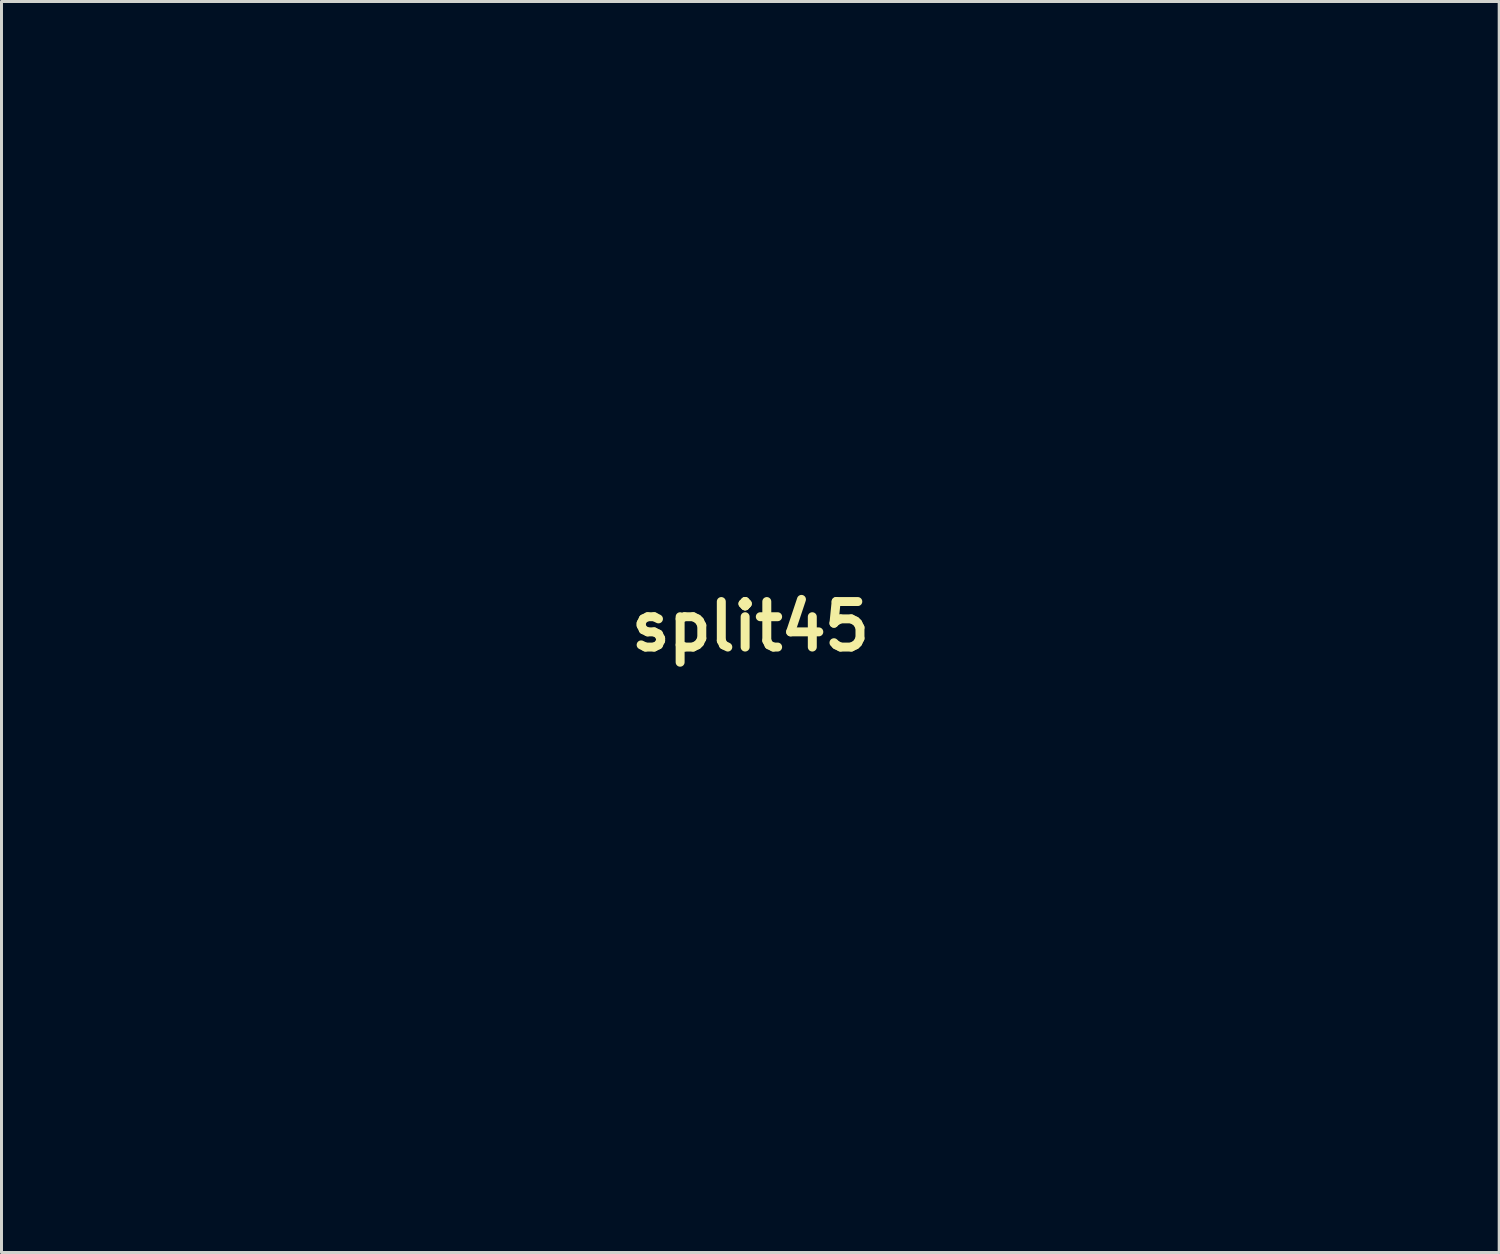
<source format=kicad_pcb>
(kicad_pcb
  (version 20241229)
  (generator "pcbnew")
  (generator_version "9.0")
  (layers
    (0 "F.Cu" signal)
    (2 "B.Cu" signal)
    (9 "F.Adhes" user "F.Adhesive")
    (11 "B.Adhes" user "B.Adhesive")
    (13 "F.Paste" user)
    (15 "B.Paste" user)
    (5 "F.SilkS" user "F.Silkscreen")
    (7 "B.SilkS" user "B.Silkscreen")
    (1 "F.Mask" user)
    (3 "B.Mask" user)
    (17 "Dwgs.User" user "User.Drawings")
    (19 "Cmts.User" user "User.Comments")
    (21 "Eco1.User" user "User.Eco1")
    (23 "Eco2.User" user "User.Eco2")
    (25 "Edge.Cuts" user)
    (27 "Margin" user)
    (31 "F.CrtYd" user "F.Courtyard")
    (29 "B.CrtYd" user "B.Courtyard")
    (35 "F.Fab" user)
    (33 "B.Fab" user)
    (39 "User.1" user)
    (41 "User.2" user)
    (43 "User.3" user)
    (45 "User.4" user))
  (footprint "split45"
    (layer "F.Cu")
    (at 22.089 17.933)
    (property "Reference" "split45" (at 0 0 0) (layer "F.SilkS") (effects (font (size 1.524 1.524) (thickness 0.3))))
    (attr through_hole)
    (fp_poly (pts (xy 3.45 -11.215) (xy 3.458 -11.213) (xy 3.449 -11.162) (xy 3.412 -11.028) (xy 3.352 -10.824) (xy 3.272 -10.562) (xy 3.176 -10.256) (xy 3.09 -9.989) (xy 2.69 -8.702) (xy 2.34 -7.477) (xy 2.031 -6.289) (xy 1.759 -5.116) (xy 1.651 -4.609) (xy 1.59 -4.325) (xy 1.532 -4.076) (xy 1.482 -3.881) (xy 1.443 -3.754) (xy 1.423 -3.714) (xy 1.357 -3.7) (xy 1.209 -3.681) (xy 0.994 -3.659) (xy 0.731 -3.636) (xy 0.521 -3.619) (xy 0.231 -3.596) (xy -0.027 -3.574) (xy -0.235 -3.554) (xy -0.374 -3.538) (xy -0.42 -3.53) (xy -0.494 -3.521) (xy -0.509 -3.53) (xy -0.498 -3.603) (xy -0.469 -3.761) (xy -0.424 -3.986) (xy -0.366 -4.265) (xy -0.299 -4.582) (xy -0.227 -4.921) (xy -0.152 -5.266) (xy -0.077 -5.604) (xy -0.007 -5.917) (xy 0.056 -6.191) (xy 0.108 -6.41) (xy 0.108 -6.414) (xy 0.194 -6.752) (xy 0.297 -7.136) (xy 0.412 -7.553) (xy 0.537 -7.993) (xy 0.669 -8.444) (xy 0.803 -8.895) (xy 0.937 -9.335) (xy 1.066 -9.752) (xy 1.188 -10.135) (xy 1.299 -10.473) (xy 1.395 -10.754) (xy 1.473 -10.967) (xy 1.53 -11.101) (xy 1.554 -11.141) (xy 1.611 -11.151) (xy 1.75 -11.163) (xy 1.951 -11.175) (xy 2.195 -11.187) (xy 2.462 -11.198) (xy 2.732 -11.208) (xy 2.985 -11.215) (xy 3.203 -11.219) (xy 3.364 -11.219) (xy 3.45 -11.215)) (stroke (width 0.01) (type solid)) (fill yes) (layer "F.Mask"))
    (fp_poly (pts (xy -16.666 -17.803) (xy -16.675 -17.752) (xy -16.712 -17.623) (xy -16.769 -17.435) (xy -16.842 -17.207) (xy -16.853 -17.172) (xy -17.053 -16.556) (xy -17.447 -16.525) (xy -17.633 -16.513) (xy -17.894 -16.498) (xy -18.203 -16.483) (xy -18.531 -16.469) (xy -18.743 -16.46) (xy -19.032 -16.448) (xy -19.279 -16.434) (xy -19.471 -16.419) (xy -19.591 -16.404) (xy -19.624 -16.393) (xy -19.569 -16.363) (xy -19.441 -16.313) (xy -19.266 -16.254) (xy -19.219 -16.239) (xy -19.039 -16.178) (xy -18.904 -16.125) (xy -18.837 -16.089) (xy -18.834 -16.084) (xy -18.849 -16.021) (xy -18.889 -15.893) (xy -18.937 -15.749) (xy -19.094 -15.274) (xy -19.264 -14.719) (xy -19.441 -14.103) (xy -19.62 -13.447) (xy -19.796 -12.771) (xy -19.826 -12.649) (xy -20.144 -11.377) (xy -20.942 -11.363) (xy -21.74 -11.348) (xy -21.707 -11.541) (xy -21.626 -11.964) (xy -21.517 -12.461) (xy -21.385 -13.01) (xy -21.237 -13.589) (xy -21.077 -14.177) (xy -20.913 -14.751) (xy -20.75 -15.29) (xy -20.593 -15.772) (xy -20.55 -15.894) (xy -20.377 -16.391) (xy -21.23 -16.357) (xy -22.084 -16.324) (xy -21.883 -16.952) (xy -21.807 -17.187) (xy -21.743 -17.384) (xy -21.695 -17.523) (xy -21.672 -17.587) (xy -21.67 -17.589) (xy -21.618 -17.594) (xy -21.476 -17.602) (xy -21.256 -17.613) (xy -20.97 -17.627) (xy -20.63 -17.643) (xy -20.248 -17.66) (xy -19.836 -17.678) (xy -19.406 -17.697) (xy -18.969 -17.715) (xy -18.537 -17.734) (xy -18.123 -17.751) (xy -17.738 -17.766) (xy -17.394 -17.78) (xy -17.103 -17.791) (xy -16.877 -17.798) (xy -16.727 -17.803) (xy -16.667 -17.803) (xy -16.666 -17.803)) (stroke (width 0.01) (type solid)) (fill yes) (layer "F.Mask"))
    (fp_poly (pts (xy -0.904 8.449) (xy -0.798 8.456) (xy -0.742 8.47) (xy -0.723 8.492) (xy -0.728 8.519) (xy -0.771 8.641) (xy -0.839 8.844) (xy -0.925 9.111) (xy -1.026 9.426) (xy -1.136 9.773) (xy -1.249 10.135) (xy -1.36 10.496) (xy -1.465 10.838) (xy -1.559 11.146) (xy -1.635 11.404) (xy -1.657 11.478) (xy -1.788 11.948) (xy -1.928 12.478) (xy -2.072 13.041) (xy -2.213 13.613) (xy -2.346 14.168) (xy -2.462 14.681) (xy -2.557 15.126) (xy -2.571 15.194) (xy -2.624 15.452) (xy -2.673 15.672) (xy -2.712 15.838) (xy -2.739 15.929) (xy -2.744 15.94) (xy -2.803 15.956) (xy -2.944 15.976) (xy -3.149 15.999) (xy -3.398 16.022) (xy -3.487 16.03) (xy -3.77 16.053) (xy -4.038 16.076) (xy -4.264 16.098) (xy -4.422 16.114) (xy -4.441 16.116) (xy -4.608 16.125) (xy -4.68 16.1) (xy -4.683 16.089) (xy -4.671 15.967) (xy -4.636 15.76) (xy -4.582 15.48) (xy -4.511 15.14) (xy -4.427 14.753) (xy -4.332 14.331) (xy -4.229 13.888) (xy -4.122 13.437) (xy -4.012 12.99) (xy -3.904 12.56) (xy -3.799 12.161) (xy -3.724 11.883) (xy -3.647 11.615) (xy -3.553 11.298) (xy -3.447 10.948) (xy -3.332 10.579) (xy -3.213 10.202) (xy -3.095 9.834) (xy -2.982 9.487) (xy -2.878 9.175) (xy -2.789 8.913) (xy -2.717 8.713) (xy -2.669 8.59) (xy -2.655 8.561) (xy -2.608 8.535) (xy -2.501 8.513) (xy -2.322 8.495) (xy -2.063 8.479) (xy -1.713 8.466) (xy -1.653 8.464) (xy -1.319 8.454) (xy -1.073 8.449) (xy -0.904 8.449)) (stroke (width 0.01) (type solid)) (fill yes) (layer "F.Mask"))
    (fp_poly (pts (xy 6.319 8.994) (xy 5.959 9.55) (xy 5.566 10.181) (xy 5.151 10.868) (xy 4.725 11.595) (xy 4.297 12.343) (xy 3.877 13.095) (xy 3.476 13.832) (xy 3.104 14.538) (xy 2.989 14.762) (xy 2.482 15.754) (xy 1.61 15.784) (xy 1.29 15.797) (xy 0.974 15.813) (xy 0.691 15.829) (xy 0.467 15.845) (xy 0.375 15.854) (xy 0.012 15.893) (xy -0.025 15.475) (xy -0.037 15.247) (xy -0.042 14.93) (xy -0.04 14.536) (xy -0.031 14.078) (xy -0.017 13.568) (xy 0.003 13.018) (xy 0.028 12.441) (xy 0.057 11.85) (xy 0.091 11.257) (xy 0.128 10.674) (xy 0.167 10.113) (xy 0.202 9.682) (xy 0.23 9.36) (xy 0.258 9.074) (xy 0.283 8.837) (xy 0.305 8.666) (xy 0.32 8.576) (xy 0.324 8.566) (xy 0.381 8.555) (xy 0.52 8.54) (xy 0.719 8.524) (xy 0.96 8.506) (xy 1.222 8.49) (xy 1.486 8.475) (xy 1.732 8.463) (xy 1.939 8.455) (xy 2.088 8.453) (xy 2.158 8.457) (xy 2.161 8.458) (xy 2.161 8.512) (xy 2.151 8.65) (xy 2.134 8.857) (xy 2.109 9.117) (xy 2.081 9.391) (xy 2.042 9.821) (xy 2.006 10.306) (xy 1.975 10.823) (xy 1.95 11.347) (xy 1.932 11.856) (xy 1.922 12.325) (xy 1.921 12.732) (xy 1.925 12.943) (xy 1.941 13.441) (xy 2.47 12.383) (xy 3.01 11.339) (xy 3.569 10.331) (xy 4.132 9.387) (xy 4.352 9.037) (xy 4.493 8.814) (xy 4.605 8.642) (xy 4.704 8.515) (xy 4.805 8.425) (xy 4.924 8.366) (xy 5.078 8.329) (xy 5.282 8.307) (xy 5.552 8.293) (xy 5.905 8.279) (xy 5.993 8.275) (xy 6.819 8.241) (xy 6.319 8.994)) (stroke (width 0.01) (type solid)) (fill yes) (layer "F.Mask"))
    (fp_poly (pts (xy 10.519 -11.386) (xy 10.509 -11.334) (xy 10.472 -11.204) (xy 10.412 -11.011) (xy 10.336 -10.773) (xy 10.29 -10.635) (xy 10.045 -9.9) (xy 9.693 -9.869) (xy 9.486 -9.854) (xy 9.22 -9.84) (xy 8.936 -9.829) (xy 8.781 -9.825) (xy 8.566 -9.824) (xy 8.395 -9.822) (xy 8.258 -9.81) (xy 8.149 -9.78) (xy 8.059 -9.72) (xy 7.983 -9.622) (xy 7.912 -9.476) (xy 7.839 -9.272) (xy 7.757 -9) (xy 7.657 -8.652) (xy 7.534 -8.217) (xy 7.527 -8.194) (xy 7.394 -7.72) (xy 7.249 -7.194) (xy 7.101 -6.646) (xy 6.959 -6.107) (xy 6.83 -5.609) (xy 6.737 -5.238) (xy 6.39 -3.834) (xy 5.626 -3.773) (xy 5.337 -3.749) (xy 5.066 -3.725) (xy 4.837 -3.703) (xy 4.676 -3.686) (xy 4.639 -3.682) (xy 4.417 -3.652) (xy 4.453 -3.824) (xy 4.638 -4.662) (xy 4.851 -5.564) (xy 5.087 -6.497) (xy 5.335 -7.431) (xy 5.589 -8.334) (xy 5.84 -9.174) (xy 5.872 -9.278) (xy 5.996 -9.673) (xy 5 -9.638) (xy 4.654 -9.627) (xy 4.398 -9.622) (xy 4.219 -9.622) (xy 4.106 -9.629) (xy 4.046 -9.643) (xy 4.028 -9.664) (xy 4.031 -9.676) (xy 4.056 -9.749) (xy 4.106 -9.898) (xy 4.174 -10.104) (xy 4.254 -10.347) (xy 4.275 -10.409) (xy 4.356 -10.654) (xy 4.429 -10.863) (xy 4.485 -11.017) (xy 4.519 -11.099) (xy 4.524 -11.106) (xy 4.578 -11.113) (xy 4.723 -11.124) (xy 4.947 -11.139) (xy 5.241 -11.156) (xy 5.593 -11.175) (xy 5.992 -11.195) (xy 6.427 -11.217) (xy 6.888 -11.24) (xy 7.363 -11.263) (xy 7.842 -11.285) (xy 8.313 -11.306) (xy 8.766 -11.326) (xy 9.191 -11.344) (xy 9.575 -11.36) (xy 9.908 -11.372) (xy 10.18 -11.382) (xy 10.379 -11.387) (xy 10.494 -11.388) (xy 10.519 -11.386)) (stroke (width 0.01) (type solid)) (fill yes) (layer "F.Mask"))
    (fp_poly (pts (xy -11.679 -17.906) (xy -11.678 -17.905) (xy -11.686 -17.852) (xy -11.721 -17.721) (xy -11.778 -17.533) (xy -11.853 -17.305) (xy -11.862 -17.277) (xy -12.092 -16.559) (xy -12.318 -15.788) (xy -12.531 -14.998) (xy -12.722 -14.225) (xy -12.88 -13.502) (xy -12.907 -13.37) (xy -12.952 -13.168) (xy -12.999 -13.008) (xy -13.04 -12.912) (xy -13.054 -12.897) (xy -13.126 -12.89) (xy -13.277 -12.886) (xy -13.484 -12.885) (xy -13.7 -12.889) (xy -14.287 -12.904) (xy -14.119 -13.667) (xy -14.061 -13.936) (xy -14.011 -14.173) (xy -13.973 -14.357) (xy -13.952 -14.471) (xy -13.949 -14.496) (xy -13.971 -14.521) (xy -14.045 -14.538) (xy -14.185 -14.548) (xy -14.402 -14.55) (xy -14.708 -14.547) (xy -14.722 -14.547) (xy -15.496 -14.532) (xy -15.637 -14.076) (xy -15.716 -13.806) (xy -15.8 -13.493) (xy -15.875 -13.194) (xy -15.891 -13.122) (xy -16.004 -12.624) (xy -16.471 -12.624) (xy -16.699 -12.62) (xy -16.907 -12.611) (xy -17.06 -12.598) (xy -17.097 -12.592) (xy -17.207 -12.579) (xy -17.25 -12.611) (xy -17.256 -12.671) (xy -17.241 -12.804) (xy -17.198 -13.023) (xy -17.13 -13.316) (xy -17.04 -13.673) (xy -16.932 -14.081) (xy -16.808 -14.53) (xy -16.672 -15.008) (xy -16.526 -15.505) (xy -16.373 -16.008) (xy -16.218 -16.506) (xy -16.18 -16.625) (xy -15.868 -17.598) (xy -15.233 -17.633) (xy -14.99 -17.645) (xy -14.787 -17.652) (xy -14.643 -17.654) (xy -14.579 -17.65) (xy -14.578 -17.649) (xy -14.587 -17.597) (xy -14.622 -17.463) (xy -14.68 -17.261) (xy -14.756 -17.008) (xy -14.847 -16.718) (xy -14.863 -16.666) (xy -14.956 -16.37) (xy -15.038 -16.106) (xy -15.103 -15.891) (xy -15.148 -15.74) (xy -15.168 -15.668) (xy -15.168 -15.665) (xy -15.12 -15.652) (xy -14.989 -15.64) (xy -14.79 -15.632) (xy -14.544 -15.628) (xy -14.418 -15.627) (xy -13.667 -15.627) (xy -13.314 -16.741) (xy -12.961 -17.854) (xy -12.33 -17.89) (xy -12.088 -17.902) (xy -11.885 -17.909) (xy -11.742 -17.91) (xy -11.679 -17.906)) (stroke (width 0.01) (type solid)) (fill yes) (layer "F.Mask"))
    (fp_poly (pts (xy 14.984 -1.667) (xy 14.996 -1.665) (xy 14.992 -1.609) (xy 14.958 -1.474) (xy 14.901 -1.277) (xy 14.824 -1.037) (xy 14.78 -0.906) (xy 14.532 -0.178) (xy 13.54 -0.137) (xy 13.232 -0.122) (xy 12.959 -0.106) (xy 12.737 -0.089) (xy 12.583 -0.074) (xy 12.512 -0.06) (xy 12.51 -0.059) (xy 12.484 0.002) (xy 12.434 0.15) (xy 12.365 0.374) (xy 12.28 0.661) (xy 12.181 1.002) (xy 12.072 1.383) (xy 11.957 1.795) (xy 11.838 2.224) (xy 11.718 2.661) (xy 11.601 3.093) (xy 11.49 3.508) (xy 11.388 3.897) (xy 11.298 4.246) (xy 11.224 4.545) (xy 11.222 4.556) (xy 11.139 4.895) (xy 11.062 5.201) (xy 10.996 5.46) (xy 10.942 5.659) (xy 10.905 5.783) (xy 10.891 5.819) (xy 10.833 5.836) (xy 10.692 5.859) (xy 10.491 5.885) (xy 10.248 5.914) (xy 9.983 5.941) (xy 9.718 5.967) (xy 9.471 5.987) (xy 9.264 6.001) (xy 9.124 6.006) (xy 8.997 5.986) (xy 8.959 5.935) (xy 8.972 5.814) (xy 9.01 5.606) (xy 9.07 5.324) (xy 9.149 4.979) (xy 9.244 4.582) (xy 9.352 4.145) (xy 9.469 3.68) (xy 9.594 3.199) (xy 9.723 2.712) (xy 9.853 2.233) (xy 9.98 1.771) (xy 10.103 1.339) (xy 10.218 0.949) (xy 10.304 0.67) (xy 10.375 0.443) (xy 10.433 0.253) (xy 10.472 0.12) (xy 10.486 0.064) (xy 10.437 0.057) (xy 10.303 0.053) (xy 10.098 0.054) (xy 9.837 0.058) (xy 9.536 0.067) (xy 9.497 0.068) (xy 8.509 0.101) (xy 8.762 -0.659) (xy 9.016 -1.419) (xy 9.28 -1.446) (xy 9.41 -1.457) (xy 9.621 -1.469) (xy 9.903 -1.484) (xy 10.243 -1.501) (xy 10.632 -1.518) (xy 11.057 -1.537) (xy 11.508 -1.555) (xy 11.974 -1.574) (xy 12.443 -1.592) (xy 12.905 -1.609) (xy 13.347 -1.625) (xy 13.76 -1.639) (xy 14.132 -1.651) (xy 14.451 -1.66) (xy 14.707 -1.666) (xy 14.888 -1.669) (xy 14.984 -1.667)) (stroke (width 0.01) (type solid)) (fill yes) (layer "F.Mask"))
    (fp_poly (pts (xy -2.115 -11.212) (xy -1.962 -11.2) (xy -1.902 -11.181) (xy -1.901 -11.174) (xy -1.948 -11.044) (xy -2.018 -10.834) (xy -2.107 -10.56) (xy -2.21 -10.24) (xy -2.32 -9.891) (xy -2.434 -9.53) (xy -2.544 -9.173) (xy -2.647 -8.839) (xy -2.736 -8.544) (xy -2.797 -8.336) (xy -2.88 -8.042) (xy -2.972 -7.709) (xy -3.069 -7.351) (xy -3.166 -6.984) (xy -3.26 -6.621) (xy -3.348 -6.276) (xy -3.426 -5.966) (xy -3.489 -5.703) (xy -3.535 -5.502) (xy -3.56 -5.378) (xy -3.563 -5.35) (xy -3.547 -5.321) (xy -3.489 -5.303) (xy -3.373 -5.297) (xy -3.185 -5.302) (xy -2.94 -5.314) (xy -2.614 -5.336) (xy -2.244 -5.367) (xy -1.883 -5.404) (xy -1.688 -5.427) (xy -1.447 -5.455) (xy -1.245 -5.475) (xy -1.102 -5.485) (xy -1.039 -5.484) (xy -1.038 -5.483) (xy -1.048 -5.433) (xy -1.085 -5.306) (xy -1.142 -5.123) (xy -1.213 -4.903) (xy -1.292 -4.666) (xy -1.371 -4.433) (xy -1.444 -4.223) (xy -1.504 -4.055) (xy -1.545 -3.95) (xy -1.558 -3.926) (xy -1.62 -3.906) (xy -1.771 -3.879) (xy -1.997 -3.848) (xy -2.285 -3.814) (xy -2.622 -3.777) (xy -2.996 -3.739) (xy -3.393 -3.701) (xy -3.8 -3.664) (xy -4.204 -3.63) (xy -4.593 -3.598) (xy -4.952 -3.572) (xy -5.27 -3.551) (xy -5.533 -3.538) (xy -5.729 -3.532) (xy -5.843 -3.536) (xy -5.867 -3.542) (xy -5.865 -3.599) (xy -5.844 -3.742) (xy -5.805 -3.957) (xy -5.752 -4.231) (xy -5.688 -4.552) (xy -5.614 -4.904) (xy -5.534 -5.276) (xy -5.451 -5.654) (xy -5.368 -6.024) (xy -5.286 -6.374) (xy -5.25 -6.524) (xy -5.084 -7.187) (xy -4.912 -7.825) (xy -4.725 -8.468) (xy -4.516 -9.144) (xy -4.277 -9.88) (xy -4.241 -9.988) (xy -4.121 -10.356) (xy -4.028 -10.641) (xy -3.948 -10.854) (xy -3.869 -11.005) (xy -3.775 -11.105) (xy -3.656 -11.164) (xy -3.496 -11.194) (xy -3.283 -11.205) (xy -3.003 -11.208) (xy -2.709 -11.211) (xy -2.363 -11.215) (xy -2.115 -11.212)) (stroke (width 0.01) (type solid)) (fill yes) (layer "F.Mask"))
    (fp_poly (pts (xy -2.638 -1.763) (xy -2.11 -1.686) (xy -1.649 -1.532) (xy -1.254 -1.302) (xy -0.926 -0.994) (xy -0.757 -0.766) (xy -0.674 -0.626) (xy -0.621 -0.515) (xy -0.611 -0.475) (xy -0.65 -0.417) (xy -0.754 -0.323) (xy -0.9 -0.215) (xy -0.912 -0.207) (xy -1.213 -0.002) (xy -1.068 0.266) (xy -0.908 0.664) (xy -0.839 1.1) (xy -0.859 1.578) (xy -0.97 2.099) (xy -1.07 2.405) (xy -1.279 2.891) (xy -1.548 3.349) (xy -1.889 3.798) (xy -2.287 4.23) (xy -2.792 4.696) (xy -3.292 5.074) (xy -3.808 5.376) (xy -4.358 5.612) (xy -4.708 5.727) (xy -5.056 5.808) (xy -5.437 5.863) (xy -5.824 5.89) (xy -6.186 5.888) (xy -6.494 5.854) (xy -6.612 5.828) (xy -7.049 5.655) (xy -7.424 5.403) (xy -7.734 5.075) (xy -7.976 4.673) (xy -8.147 4.2) (xy -8.169 4.111) (xy -8.241 3.594) (xy -8.23 3.263) (xy -6.38 3.263) (xy -6.331 3.593) (xy -6.227 3.878) (xy -6.066 4.108) (xy -5.847 4.272) (xy -5.705 4.329) (xy -5.477 4.367) (xy -5.196 4.367) (xy -4.903 4.333) (xy -4.688 4.281) (xy -4.278 4.104) (xy -3.885 3.838) (xy -3.525 3.497) (xy -3.212 3.094) (xy -2.998 2.725) (xy -2.891 2.498) (xy -2.823 2.32) (xy -2.785 2.151) (xy -2.764 1.951) (xy -2.759 1.866) (xy -2.752 1.638) (xy -2.761 1.477) (xy -2.793 1.35) (xy -2.845 1.233) (xy -2.909 1.103) (xy -2.947 1.014) (xy -2.952 0.995) (xy -2.912 0.958) (xy -2.807 0.881) (xy -2.656 0.782) (xy -2.621 0.76) (xy -2.449 0.641) (xy -2.347 0.548) (xy -2.324 0.492) (xy -2.499 0.248) (xy -2.711 0.074) (xy -2.982 -0.043) (xy -3.272 -0.108) (xy -3.724 -0.131) (xy -4.174 -0.056) (xy -4.607 0.11) (xy -5.01 0.363) (xy -5.263 0.586) (xy -5.57 0.934) (xy -5.829 1.311) (xy -6.041 1.706) (xy -6.203 2.11) (xy -6.314 2.511) (xy -6.373 2.899) (xy -6.38 3.263) (xy -8.23 3.263) (xy -8.223 3.052) (xy -8.122 2.494) (xy -7.943 1.93) (xy -7.692 1.372) (xy -7.377 0.829) (xy -7.001 0.312) (xy -6.572 -0.17) (xy -6.095 -0.606) (xy -5.577 -0.987) (xy -5.022 -1.301) (xy -5.014 -1.305) (xy -4.43 -1.543) (xy -3.83 -1.694) (xy -3.232 -1.764) (xy -2.638 -1.763)) (stroke (width 0.01) (type solid)) (fill yes) (layer "F.Mask"))
    (fp_poly (pts (xy 20.632 -1.671) (xy 20.902 -1.661) (xy 21.148 -1.649) (xy 21.438 -1.632) (xy 21.693 -1.613) (xy 21.895 -1.594) (xy 22.026 -1.577) (xy 22.07 -1.566) (xy 22.055 -1.514) (xy 21.986 -1.406) (xy 21.875 -1.264) (xy 21.829 -1.21) (xy 21.578 -0.916) (xy 21.299 -0.576) (xy 20.986 -0.182) (xy 20.632 0.272) (xy 20.231 0.795) (xy 19.855 1.29) (xy 19.482 1.789) (xy 19.168 2.217) (xy 18.91 2.58) (xy 18.703 2.886) (xy 18.542 3.142) (xy 18.422 3.354) (xy 18.338 3.529) (xy 18.327 3.558) (xy 18.272 3.716) (xy 18.201 3.951) (xy 18.118 4.242) (xy 18.031 4.566) (xy 17.945 4.902) (xy 17.865 5.228) (xy 17.797 5.521) (xy 17.79 5.553) (xy 17.707 5.94) (xy 17.138 5.973) (xy 16.854 5.987) (xy 16.559 5.998) (xy 16.295 6.005) (xy 16.174 6.006) (xy 15.973 6.003) (xy 15.854 5.992) (xy 15.796 5.967) (xy 15.78 5.925) (xy 15.78 5.917) (xy 15.792 5.838) (xy 15.826 5.678) (xy 15.879 5.454) (xy 15.944 5.183) (xy 16.018 4.883) (xy 16.097 4.57) (xy 16.177 4.262) (xy 16.252 3.976) (xy 16.319 3.729) (xy 16.373 3.538) (xy 16.41 3.422) (xy 16.457 3.247) (xy 16.45 3.112) (xy 16.436 3.065) (xy 16.375 2.882) (xy 16.302 2.617) (xy 16.221 2.291) (xy 16.135 1.922) (xy 16.051 1.53) (xy 15.971 1.134) (xy 15.935 0.943) (xy 15.882 0.638) (xy 15.828 0.312) (xy 15.777 -0.02) (xy 15.73 -0.341) (xy 15.69 -0.636) (xy 15.659 -0.89) (xy 15.638 -1.086) (xy 15.631 -1.21) (xy 15.635 -1.245) (xy 15.689 -1.259) (xy 15.825 -1.286) (xy 16.022 -1.322) (xy 16.264 -1.366) (xy 16.529 -1.412) (xy 16.8 -1.458) (xy 17.057 -1.501) (xy 17.281 -1.537) (xy 17.453 -1.564) (xy 17.554 -1.577) (xy 17.569 -1.578) (xy 17.605 -1.562) (xy 17.633 -1.505) (xy 17.654 -1.39) (xy 17.671 -1.2) (xy 17.684 -1.005) (xy 17.736 -0.356) (xy 17.807 0.202) (xy 17.898 0.668) (xy 18.009 1.036) (xy 18.026 1.081) (xy 18.046 1.124) (xy 18.071 1.142) (xy 18.107 1.128) (xy 18.162 1.071) (xy 18.245 0.962) (xy 18.362 0.794) (xy 18.522 0.557) (xy 18.681 0.317) (xy 18.91 -0.019) (xy 19.15 -0.358) (xy 19.392 -0.686) (xy 19.623 -0.988) (xy 19.834 -1.251) (xy 20.014 -1.46) (xy 20.151 -1.601) (xy 20.178 -1.625) (xy 20.227 -1.651) (xy 20.309 -1.666) (xy 20.439 -1.673) (xy 20.632 -1.671)) (stroke (width 0.01) (type solid)) (fill yes) (layer "F.Mask"))
    (fp_poly (pts (xy -13.161 -11.522) (xy -12.978 -11.514) (xy -12.871 -11.502) (xy -12.851 -11.494) (xy -12.86 -11.441) (xy -12.895 -11.31) (xy -12.953 -11.118) (xy -13.026 -10.881) (xy -13.109 -10.619) (xy -13.197 -10.347) (xy -13.284 -10.084) (xy -13.365 -9.847) (xy -13.432 -9.653) (xy -13.482 -9.52) (xy -13.508 -9.466) (xy -13.509 -9.466) (xy -13.559 -9.459) (xy -13.694 -9.443) (xy -13.901 -9.419) (xy -14.164 -9.388) (xy -14.467 -9.352) (xy -14.548 -9.342) (xy -14.902 -9.3) (xy -15.169 -9.265) (xy -15.367 -9.234) (xy -15.509 -9.205) (xy -15.61 -9.172) (xy -15.688 -9.135) (xy -15.756 -9.088) (xy -15.758 -9.087) (xy -15.889 -8.98) (xy -15.985 -8.879) (xy -16.044 -8.771) (xy -16.066 -8.641) (xy -16.052 -8.476) (xy -16.001 -8.263) (xy -15.912 -7.988) (xy -15.786 -7.638) (xy -15.724 -7.47) (xy -15.532 -6.939) (xy -15.382 -6.485) (xy -15.271 -6.094) (xy -15.194 -5.752) (xy -15.147 -5.445) (xy -15.136 -5.319) (xy -15.142 -4.8) (xy -15.24 -4.319) (xy -15.431 -3.874) (xy -15.715 -3.465) (xy -16.094 -3.09) (xy -16.569 -2.748) (xy -17.128 -2.442) (xy -17.519 -2.271) (xy -17.976 -2.098) (xy -18.465 -1.934) (xy -18.953 -1.791) (xy -19.088 -1.756) (xy -19.323 -1.701) (xy -19.606 -1.642) (xy -19.912 -1.583) (xy -20.219 -1.528) (xy -20.505 -1.481) (xy -20.747 -1.446) (xy -20.922 -1.428) (xy -20.975 -1.425) (xy -21.105 -1.425) (xy -20.989 -2.405) (xy -20.953 -2.716) (xy -20.922 -2.998) (xy -20.896 -3.233) (xy -20.879 -3.404) (xy -20.872 -3.492) (xy -20.872 -3.494) (xy -20.854 -3.563) (xy -20.786 -3.605) (xy -20.643 -3.634) (xy -20.628 -3.636) (xy -20.101 -3.72) (xy -19.617 -3.819) (xy -19.187 -3.929) (xy -18.823 -4.047) (xy -18.537 -4.17) (xy -18.339 -4.295) (xy -18.321 -4.31) (xy -18.194 -4.442) (xy -18.102 -4.584) (xy -18.047 -4.746) (xy -18.03 -4.936) (xy -18.051 -5.166) (xy -18.113 -5.444) (xy -18.216 -5.781) (xy -18.362 -6.186) (xy -18.551 -6.67) (xy -18.622 -6.847) (xy -18.792 -7.286) (xy -18.914 -7.653) (xy -18.989 -7.964) (xy -19.022 -8.233) (xy -19.014 -8.475) (xy -18.968 -8.707) (xy -18.966 -8.715) (xy -18.822 -9.106) (xy -18.608 -9.477) (xy -18.312 -9.849) (xy -18.233 -9.935) (xy -17.773 -10.371) (xy -17.284 -10.727) (xy -16.755 -11.01) (xy -16.172 -11.226) (xy -15.523 -11.381) (xy -15.041 -11.454) (xy -14.834 -11.475) (xy -14.577 -11.492) (xy -14.286 -11.506) (xy -13.982 -11.516) (xy -13.681 -11.522) (xy -13.401 -11.524) (xy -13.161 -11.522)) (stroke (width 0.01) (type solid)) (fill yes) (layer "F.Mask"))
    (fp_poly (pts (xy -6.942 -17.427) (xy -7.11 -16.925) (xy -7.589 -16.892) (xy -7.845 -16.872) (xy -8.158 -16.846) (xy -8.48 -16.816) (xy -8.688 -16.796) (xy -9.307 -16.733) (xy -9.408 -16.346) (xy -9.476 -16.085) (xy -9.52 -15.908) (xy -9.539 -15.8) (xy -9.532 -15.745) (xy -9.498 -15.729) (xy -9.437 -15.736) (xy -9.375 -15.747) (xy -9.223 -15.767) (xy -9.013 -15.789) (xy -8.768 -15.812) (xy -8.505 -15.833) (xy -8.247 -15.851) (xy -8.013 -15.865) (xy -7.823 -15.873) (xy -7.698 -15.875) (xy -7.658 -15.87) (xy -7.649 -15.831) (xy -7.66 -15.744) (xy -7.694 -15.594) (xy -7.754 -15.369) (xy -7.821 -15.131) (xy -7.897 -14.863) (xy -8.237 -14.862) (xy -8.429 -14.855) (xy -8.665 -14.839) (xy -8.924 -14.815) (xy -9.186 -14.787) (xy -9.428 -14.756) (xy -9.629 -14.725) (xy -9.77 -14.697) (xy -9.826 -14.675) (xy -9.874 -14.589) (xy -9.931 -14.435) (xy -9.989 -14.245) (xy -10.037 -14.05) (xy -10.063 -13.907) (xy -10.094 -13.679) (xy -9.87 -13.71) (xy -9.701 -13.731) (xy -9.457 -13.757) (xy -9.165 -13.785) (xy -8.853 -13.814) (xy -8.547 -13.841) (xy -8.275 -13.862) (xy -8.259 -13.863) (xy -8.063 -13.87) (xy -7.96 -13.853) (xy -7.939 -13.828) (xy -7.951 -13.755) (xy -7.983 -13.609) (xy -8.029 -13.417) (xy -8.052 -13.325) (xy -8.167 -12.881) (xy -8.372 -12.856) (xy -8.509 -12.843) (xy -8.716 -12.827) (xy -8.961 -12.811) (xy -9.137 -12.801) (xy -9.38 -12.785) (xy -9.694 -12.76) (xy -10.046 -12.729) (xy -10.407 -12.695) (xy -10.638 -12.672) (xy -10.939 -12.64) (xy -11.207 -12.613) (xy -11.424 -12.592) (xy -11.573 -12.578) (xy -11.637 -12.573) (xy -11.65 -12.621) (xy -11.635 -12.762) (xy -11.594 -12.993) (xy -11.526 -13.308) (xy -11.517 -13.349) (xy -11.447 -13.64) (xy -11.356 -13.999) (xy -11.25 -14.398) (xy -11.139 -14.808) (xy -11.028 -15.201) (xy -11.008 -15.271) (xy -10.89 -15.68) (xy -10.797 -16.001) (xy -10.729 -16.245) (xy -10.685 -16.421) (xy -10.664 -16.541) (xy -10.664 -16.615) (xy -10.685 -16.653) (xy -10.724 -16.665) (xy -10.783 -16.662) (xy -10.858 -16.654) (xy -10.864 -16.653) (xy -11.012 -16.652) (xy -11.09 -16.674) (xy -11.097 -16.688) (xy -11.086 -16.759) (xy -11.058 -16.899) (xy -11.02 -17.076) (xy -10.979 -17.259) (xy -10.941 -17.419) (xy -10.915 -17.514) (xy -10.893 -17.543) (xy -10.837 -17.566) (xy -10.734 -17.586) (xy -10.573 -17.605) (xy -10.341 -17.624) (xy -10.027 -17.644) (xy -9.811 -17.657) (xy -9.36 -17.685) (xy -8.892 -17.718) (xy -8.425 -17.755) (xy -7.98 -17.793) (xy -7.577 -17.831) (xy -7.237 -17.867) (xy -6.988 -17.898) (xy -6.773 -17.928) (xy -6.942 -17.427)) (stroke (width 0.01) (type solid)) (fill yes) (layer "F.Mask"))
    (fp_poly (pts (xy -8.239 -11.332) (xy -7.761 -11.315) (xy -7.344 -11.284) (xy -7.005 -11.239) (xy -6.948 -11.228) (xy -6.45 -11.098) (xy -6.045 -10.928) (xy -5.733 -10.718) (xy -5.515 -10.468) (xy -5.391 -10.178) (xy -5.36 -9.85) (xy -5.424 -9.483) (xy -5.582 -9.078) (xy -5.741 -8.786) (xy -6.12 -8.248) (xy -6.587 -7.752) (xy -7.133 -7.301) (xy -7.75 -6.903) (xy -8.431 -6.562) (xy -9.167 -6.283) (xy -9.849 -6.094) (xy -10.102 -6.037) (xy -10.343 -5.987) (xy -10.541 -5.949) (xy -10.638 -5.933) (xy -10.868 -5.902) (xy -11.194 -4.847) (xy -11.292 -4.535) (xy -11.381 -4.256) (xy -11.458 -4.024) (xy -11.516 -3.854) (xy -11.552 -3.761) (xy -11.558 -3.749) (xy -11.62 -3.73) (xy -11.764 -3.706) (xy -11.974 -3.679) (xy -12.231 -3.652) (xy -12.403 -3.636) (xy -12.735 -3.608) (xy -12.978 -3.587) (xy -13.146 -3.575) (xy -13.252 -3.572) (xy -13.309 -3.577) (xy -13.33 -3.592) (xy -13.327 -3.616) (xy -13.315 -3.65) (xy -13.314 -3.652) (xy -13.294 -3.715) (xy -13.244 -3.867) (xy -13.169 -4.098) (xy -13.071 -4.4) (xy -12.952 -4.764) (xy -12.816 -5.182) (xy -12.665 -5.645) (xy -12.503 -6.145) (xy -12.331 -6.673) (xy -12.318 -6.711) (xy -12.147 -7.239) (xy -11.985 -7.739) (xy -11.835 -8.202) (xy -11.701 -8.62) (xy -11.584 -8.984) (xy -11.488 -9.286) (xy -11.416 -9.517) (xy -11.369 -9.669) (xy -11.351 -9.733) (xy -11.351 -9.734) (xy -11.395 -9.758) (xy -11.507 -9.762) (xy -11.653 -9.747) (xy -11.803 -9.716) (xy -11.883 -9.691) (xy -11.924 -9.681) (xy -11.949 -9.699) (xy -11.96 -9.763) (xy -11.96 -9.849) (xy -10.409 -9.849) (xy -10.053 -9.701) (xy -9.881 -9.628) (xy -9.749 -9.571) (xy -9.682 -9.541) (xy -9.679 -9.539) (xy -9.69 -9.489) (xy -9.729 -9.357) (xy -9.794 -9.157) (xy -9.878 -8.903) (xy -9.977 -8.609) (xy -10.023 -8.475) (xy -10.129 -8.163) (xy -10.223 -7.882) (xy -10.299 -7.645) (xy -10.354 -7.468) (xy -10.381 -7.367) (xy -10.384 -7.351) (xy -10.349 -7.31) (xy -10.24 -7.303) (xy -10.052 -7.331) (xy -9.779 -7.396) (xy -9.525 -7.466) (xy -9.056 -7.628) (xy -8.627 -7.83) (xy -8.252 -8.063) (xy -7.944 -8.318) (xy -7.718 -8.586) (xy -7.639 -8.723) (xy -7.557 -8.964) (xy -7.535 -9.206) (xy -7.574 -9.419) (xy -7.634 -9.531) (xy -7.809 -9.677) (xy -8.075 -9.786) (xy -8.434 -9.858) (xy -8.887 -9.895) (xy -9.434 -9.895) (xy -9.671 -9.886) (xy -10.409 -9.849) (xy -11.96 -9.849) (xy -11.96 -9.889) (xy -11.949 -10.092) (xy -11.942 -10.21) (xy -11.925 -10.456) (xy -11.906 -10.679) (xy -11.889 -10.85) (xy -11.879 -10.925) (xy -11.851 -11.085) (xy -11.334 -11.165) (xy -10.883 -11.224) (xy -10.382 -11.271) (xy -9.848 -11.305) (xy -9.301 -11.327) (xy -8.758 -11.336) (xy -8.239 -11.332)) (stroke (width 0.01) (type solid)) (fill yes) (layer "F.Mask"))
    (fp_poly (pts (xy -3.665 7.929) (xy -3.68 7.983) (xy -3.72 8.115) (xy -3.78 8.307) (xy -3.853 8.539) (xy -3.935 8.793) (xy -4.018 9.052) (xy -4.096 9.295) (xy -4.165 9.506) (xy -4.218 9.664) (xy -4.248 9.753) (xy -4.253 9.765) (xy -4.306 9.774) (xy -4.442 9.787) (xy -4.643 9.804) (xy -4.891 9.821) (xy -4.997 9.828) (xy -5.447 9.86) (xy -5.949 9.899) (xy -6.473 9.944) (xy -6.988 9.991) (xy -7.465 10.039) (xy -7.872 10.083) (xy -7.901 10.086) (xy -8.396 10.145) (xy -8.498 10.455) (xy -8.547 10.62) (xy -8.603 10.833) (xy -8.662 11.074) (xy -8.719 11.324) (xy -8.77 11.561) (xy -8.81 11.765) (xy -8.835 11.916) (xy -8.84 11.993) (xy -8.838 11.998) (xy -8.782 12) (xy -8.642 11.992) (xy -8.432 11.974) (xy -8.17 11.95) (xy -7.87 11.918) (xy -7.856 11.917) (xy -7.51 11.881) (xy -7.145 11.846) (xy -6.777 11.813) (xy -6.418 11.784) (xy -6.083 11.758) (xy -5.787 11.738) (xy -5.543 11.725) (xy -5.367 11.718) (xy -5.272 11.72) (xy -5.26 11.724) (xy -5.266 11.778) (xy -5.296 11.916) (xy -5.346 12.124) (xy -5.413 12.388) (xy -5.493 12.693) (xy -5.583 13.026) (xy -5.679 13.372) (xy -5.68 13.374) (xy -5.755 13.642) (xy -6.275 13.643) (xy -6.542 13.649) (xy -6.858 13.664) (xy -7.207 13.688) (xy -7.574 13.719) (xy -7.943 13.754) (xy -8.3 13.793) (xy -8.628 13.833) (xy -8.912 13.873) (xy -9.136 13.911) (xy -9.286 13.946) (xy -9.339 13.969) (xy -9.384 14.042) (xy -9.449 14.202) (xy -9.53 14.433) (xy -9.623 14.723) (xy -9.725 15.058) (xy -9.832 15.426) (xy -9.94 15.811) (xy -10.044 16.203) (xy -10.142 16.586) (xy -10.229 16.947) (xy -10.301 17.273) (xy -10.336 17.447) (xy -10.38 17.635) (xy -10.427 17.736) (xy -10.48 17.765) (xy -10.553 17.77) (xy -10.711 17.782) (xy -10.94 17.801) (xy -11.222 17.826) (xy -11.541 17.854) (xy -11.682 17.867) (xy -12.061 17.901) (xy -12.35 17.926) (xy -12.562 17.945) (xy -12.709 17.957) (xy -12.802 17.963) (xy -12.853 17.963) (xy -12.875 17.96) (xy -12.879 17.952) (xy -12.878 17.942) (xy -12.867 17.887) (xy -12.836 17.747) (xy -12.789 17.536) (xy -12.727 17.266) (xy -12.655 16.953) (xy -12.599 16.708) (xy -12.435 16.017) (xy -12.253 15.281) (xy -12.058 14.52) (xy -11.855 13.753) (xy -11.65 13.001) (xy -11.448 12.283) (xy -11.255 11.62) (xy -11.076 11.03) (xy -11.028 10.88) (xy -10.854 10.333) (xy -11.862 10.333) (xy -11.827 10.193) (xy -11.802 10.096) (xy -11.755 9.922) (xy -11.693 9.691) (xy -11.621 9.426) (xy -11.584 9.29) (xy -11.377 8.526) (xy -9.951 8.439) (xy -9.52 8.411) (xy -9.031 8.377) (xy -8.497 8.338) (xy -7.934 8.296) (xy -7.357 8.251) (xy -6.781 8.204) (xy -6.22 8.158) (xy -5.691 8.113) (xy -5.207 8.07) (xy -4.783 8.031) (xy -4.436 7.996) (xy -4.238 7.975) (xy -4.011 7.95) (xy -3.826 7.934) (xy -3.704 7.926) (xy -3.665 7.929)) (stroke (width 0.01) (type solid)) (fill yes) (layer "F.Mask"))
    (fp_poly (pts (xy -7.802 -2.016) (xy -7.809 -1.962) (xy -7.843 -1.826) (xy -7.902 -1.625) (xy -7.98 -1.374) (xy -8.072 -1.089) (xy -8.074 -1.084) (xy -8.373 -0.178) (xy -9.01 -0.141) (xy -9.254 -0.125) (xy -9.572 -0.101) (xy -9.941 -0.072) (xy -10.342 -0.038) (xy -10.755 -0.001) (xy -11.159 0.036) (xy -11.533 0.071) (xy -11.858 0.104) (xy -12.112 0.131) (xy -12.212 0.143) (xy -12.487 0.178) (xy -12.605 0.527) (xy -12.661 0.713) (xy -12.721 0.941) (xy -12.78 1.189) (xy -12.833 1.438) (xy -12.877 1.666) (xy -12.907 1.853) (xy -12.919 1.977) (xy -12.913 2.018) (xy -12.854 2.024) (xy -12.713 2.018) (xy -12.507 2.003) (xy -12.256 1.979) (xy -12.129 1.966) (xy -11.71 1.922) (xy -11.274 1.881) (xy -10.8 1.84) (xy -10.266 1.8) (xy -9.735 1.762) (xy -9.527 1.753) (xy -9.408 1.763) (xy -9.366 1.793) (xy -9.365 1.797) (xy -9.378 1.864) (xy -9.412 2.012) (xy -9.465 2.225) (xy -9.531 2.486) (xy -9.603 2.761) (xy -9.841 3.665) (xy -10.253 3.665) (xy -10.528 3.671) (xy -10.849 3.687) (xy -11.204 3.712) (xy -11.576 3.743) (xy -11.953 3.78) (xy -12.318 3.82) (xy -12.659 3.863) (xy -12.96 3.906) (xy -13.208 3.948) (xy -13.387 3.987) (xy -13.484 4.022) (xy -13.495 4.032) (xy -13.535 4.125) (xy -13.595 4.302) (xy -13.672 4.549) (xy -13.76 4.85) (xy -13.856 5.19) (xy -13.957 5.556) (xy -14.057 5.931) (xy -14.154 6.302) (xy -14.243 6.653) (xy -14.32 6.97) (xy -14.381 7.238) (xy -14.422 7.442) (xy -14.432 7.502) (xy -14.462 7.648) (xy -14.498 7.747) (xy -14.514 7.767) (xy -14.572 7.777) (xy -14.715 7.795) (xy -14.924 7.818) (xy -15.181 7.845) (xy -15.469 7.874) (xy -15.771 7.902) (xy -16.068 7.93) (xy -16.344 7.954) (xy -16.58 7.973) (xy -16.759 7.986) (xy -16.861 7.991) (xy -16.937 7.961) (xy -16.95 7.926) (xy -16.937 7.808) (xy -16.899 7.602) (xy -16.838 7.319) (xy -16.759 6.969) (xy -16.662 6.562) (xy -16.551 6.109) (xy -16.428 5.62) (xy -16.297 5.105) (xy -16.159 4.575) (xy -16.018 4.04) (xy -15.876 3.509) (xy -15.736 2.995) (xy -15.6 2.506) (xy -15.471 2.054) (xy -15.351 1.648) (xy -15.245 1.299) (xy -15.242 1.292) (xy -15.154 1.009) (xy -15.077 0.761) (xy -15.017 0.564) (xy -14.978 0.432) (xy -14.965 0.384) (xy -15.012 0.372) (xy -15.139 0.363) (xy -15.324 0.357) (xy -15.449 0.356) (xy -15.687 0.351) (xy -15.85 0.336) (xy -15.928 0.312) (xy -15.932 0.304) (xy -15.919 0.226) (xy -15.884 0.074) (xy -15.832 -0.132) (xy -15.769 -0.372) (xy -15.701 -0.626) (xy -15.632 -0.873) (xy -15.568 -1.094) (xy -15.516 -1.267) (xy -15.48 -1.373) (xy -15.469 -1.396) (xy -15.407 -1.413) (xy -15.26 -1.433) (xy -15.041 -1.456) (xy -14.768 -1.479) (xy -14.455 -1.501) (xy -14.343 -1.508) (xy -13.421 -1.567) (xy -12.467 -1.633) (xy -11.505 -1.706) (xy -10.561 -1.783) (xy -9.662 -1.862) (xy -8.831 -1.941) (xy -8.61 -1.963) (xy -8.339 -1.989) (xy -8.106 -2.008) (xy -7.927 -2.019) (xy -7.822 -2.02) (xy -7.802 -2.016)) (stroke (width 0.01) (type solid)) (fill yes) (layer "F.Mask"))
    (fp_poly (pts (xy 13.608 8.737) (xy 13.522 8.99) (xy 13.445 9.209) (xy 13.383 9.376) (xy 13.343 9.471) (xy 13.335 9.485) (xy 13.274 9.503) (xy 13.128 9.525) (xy 12.915 9.55) (xy 12.651 9.575) (xy 12.387 9.596) (xy 11.946 9.631) (xy 11.518 9.666) (xy 11.119 9.702) (xy 10.766 9.736) (xy 10.474 9.766) (xy 10.261 9.792) (xy 10.2 9.801) (xy 10.127 9.817) (xy 10.074 9.85) (xy 10.031 9.92) (xy 9.986 10.044) (xy 9.93 10.242) (xy 9.908 10.325) (xy 9.844 10.568) (xy 9.786 10.803) (xy 9.743 10.994) (xy 9.729 11.062) (xy 9.71 11.158) (xy 9.703 11.226) (xy 9.721 11.27) (xy 9.777 11.291) (xy 9.886 11.294) (xy 10.06 11.28) (xy 10.313 11.252) (xy 10.543 11.226) (xy 10.862 11.194) (xy 11.233 11.162) (xy 11.606 11.134) (xy 11.885 11.117) (xy 12.164 11.104) (xy 12.355 11.097) (xy 12.475 11.099) (xy 12.539 11.111) (xy 12.561 11.134) (xy 12.557 11.17) (xy 12.555 11.178) (xy 12.531 11.264) (xy 12.487 11.425) (xy 12.429 11.637) (xy 12.369 11.86) (xy 12.306 12.097) (xy 12.25 12.302) (xy 12.209 12.454) (xy 12.188 12.527) (xy 12.163 12.56) (xy 12.102 12.585) (xy 11.988 12.604) (xy 11.809 12.619) (xy 11.549 12.633) (xy 11.414 12.639) (xy 11.067 12.657) (xy 10.712 12.683) (xy 10.363 12.716) (xy 10.037 12.752) (xy 9.75 12.79) (xy 9.517 12.828) (xy 9.355 12.865) (xy 9.28 12.896) (xy 9.222 12.988) (xy 9.152 13.147) (xy 9.079 13.354) (xy 9.008 13.585) (xy 8.945 13.818) (xy 8.896 14.033) (xy 8.867 14.206) (xy 8.865 14.315) (xy 8.875 14.339) (xy 8.932 14.342) (xy 9.075 14.337) (xy 9.29 14.322) (xy 9.56 14.301) (xy 9.873 14.273) (xy 10.013 14.26) (xy 10.548 14.209) (xy 10.989 14.168) (xy 11.345 14.139) (xy 11.623 14.119) (xy 11.83 14.109) (xy 11.975 14.109) (xy 12.065 14.117) (xy 12.108 14.134) (xy 12.115 14.148) (xy 12.102 14.218) (xy 12.068 14.366) (xy 12.017 14.573) (xy 11.954 14.821) (xy 11.93 14.914) (xy 11.744 15.617) (xy 11.23 15.649) (xy 10.607 15.689) (xy 10.062 15.727) (xy 9.569 15.764) (xy 9.104 15.802) (xy 8.641 15.845) (xy 8.157 15.892) (xy 7.992 15.909) (xy 7.644 15.946) (xy 7.321 15.98) (xy 7.041 16.011) (xy 6.819 16.037) (xy 6.673 16.055) (xy 6.63 16.061) (xy 6.518 16.075) (xy 6.465 16.07) (xy 6.465 16.069) (xy 6.477 15.985) (xy 6.512 15.816) (xy 6.566 15.575) (xy 6.637 15.274) (xy 6.721 14.927) (xy 6.814 14.546) (xy 6.914 14.144) (xy 7.017 13.735) (xy 7.121 13.332) (xy 7.221 12.947) (xy 7.315 12.593) (xy 7.4 12.284) (xy 7.411 12.242) (xy 7.492 11.957) (xy 7.583 11.641) (xy 7.679 11.311) (xy 7.776 10.983) (xy 7.868 10.674) (xy 7.95 10.402) (xy 8.017 10.184) (xy 8.064 10.036) (xy 8.08 9.989) (xy 8.065 9.955) (xy 7.98 9.935) (xy 7.812 9.927) (xy 7.718 9.926) (xy 7.332 9.926) (xy 7.365 9.764) (xy 7.391 9.647) (xy 7.435 9.461) (xy 7.49 9.234) (xy 7.532 9.064) (xy 7.667 8.526) (xy 8.351 8.49) (xy 8.893 8.459) (xy 9.468 8.423) (xy 10.063 8.382) (xy 10.662 8.338) (xy 11.251 8.292) (xy 11.816 8.245) (xy 12.342 8.199) (xy 12.815 8.154) (xy 13.219 8.112) (xy 13.542 8.073) (xy 13.627 8.062) (xy 13.841 8.032) (xy 13.608 8.737)) (stroke (width 0.01) (type solid)) (fill yes) (layer "F.Mask"))
    (fp_poly (pts (xy 4.984 -1.611) (xy 5.428 -1.588) (xy 5.812 -1.554) (xy 6.117 -1.508) (xy 6.231 -1.482) (xy 6.635 -1.348) (xy 6.98 -1.181) (xy 7.25 -0.989) (xy 7.406 -0.818) (xy 7.483 -0.7) (xy 7.529 -0.594) (xy 7.55 -0.467) (xy 7.557 -0.285) (xy 7.557 -0.186) (xy 7.546 0.075) (xy 7.512 0.283) (xy 7.445 0.486) (xy 7.421 0.544) (xy 7.151 1.057) (xy 6.784 1.544) (xy 6.321 2.003) (xy 5.766 2.433) (xy 5.12 2.832) (xy 4.384 3.198) (xy 4.23 3.266) (xy 4.057 3.34) (xy 4.34 3.483) (xy 4.71 3.709) (xy 5.073 4.003) (xy 5.394 4.334) (xy 5.492 4.457) (xy 5.618 4.634) (xy 5.746 4.832) (xy 5.864 5.032) (xy 5.964 5.215) (xy 6.032 5.36) (xy 6.059 5.449) (xy 6.056 5.465) (xy 6.003 5.484) (xy 5.87 5.523) (xy 5.675 5.578) (xy 5.436 5.645) (xy 5.171 5.717) (xy 4.898 5.791) (xy 4.636 5.861) (xy 4.403 5.922) (xy 4.216 5.97) (xy 4.095 6) (xy 4.058 6.006) (xy 4.028 5.962) (xy 3.98 5.849) (xy 3.942 5.739) (xy 3.724 5.232) (xy 3.42 4.777) (xy 3.039 4.381) (xy 2.585 4.052) (xy 2.374 3.936) (xy 2.23 3.873) (xy 2.123 3.846) (xy 2.086 3.852) (xy 2.058 3.912) (xy 2.006 4.051) (xy 1.937 4.251) (xy 1.855 4.493) (xy 1.768 4.758) (xy 1.681 5.029) (xy 1.6 5.286) (xy 1.531 5.512) (xy 1.481 5.688) (xy 1.468 5.736) (xy 1.423 5.876) (xy 1.374 5.967) (xy 1.354 5.983) (xy 1.285 5.994) (xy 1.135 6.01) (xy 0.925 6.03) (xy 0.677 6.052) (xy 0.636 6.055) (xy 0.361 6.078) (xy 0.099 6.102) (xy -0.122 6.123) (xy -0.271 6.139) (xy -0.272 6.139) (xy -0.52 6.17) (xy -0.484 5.999) (xy -0.455 5.888) (xy -0.395 5.692) (xy -0.31 5.424) (xy -0.203 5.094) (xy -0.077 4.715) (xy 0.062 4.298) (xy 0.211 3.855) (xy 0.367 3.397) (xy 0.525 2.936) (xy 0.682 2.484) (xy 0.716 2.385) (xy 2.545 2.385) (xy 2.59 2.4) (xy 2.712 2.391) (xy 2.89 2.362) (xy 3.1 2.318) (xy 3.324 2.262) (xy 3.538 2.2) (xy 3.583 2.185) (xy 4.022 2.021) (xy 4.382 1.845) (xy 4.688 1.645) (xy 4.963 1.406) (xy 4.97 1.399) (xy 5.15 1.208) (xy 5.269 1.043) (xy 5.348 0.874) (xy 5.371 0.806) (xy 5.424 0.585) (xy 5.431 0.412) (xy 5.425 0.381) (xy 5.337 0.209) (xy 5.175 0.05) (xy 4.969 -0.07) (xy 4.905 -0.094) (xy 4.697 -0.139) (xy 4.408 -0.17) (xy 4.058 -0.187) (xy 3.669 -0.188) (xy 3.259 -0.172) (xy 3.181 -0.168) (xy 2.571 -0.127) (xy 2.893 -0.005) (xy 3.059 0.065) (xy 3.183 0.129) (xy 3.237 0.173) (xy 3.228 0.236) (xy 3.19 0.38) (xy 3.128 0.591) (xy 3.046 0.855) (xy 2.948 1.156) (xy 2.902 1.297) (xy 2.798 1.608) (xy 2.707 1.885) (xy 2.631 2.114) (xy 2.577 2.281) (xy 2.548 2.373) (xy 2.545 2.385) (xy 0.716 2.385) (xy 0.833 2.053) (xy 0.974 1.653) (xy 1.091 1.329) (xy 1.217 0.979) (xy 1.331 0.661) (xy 1.429 0.387) (xy 1.505 0.169) (xy 1.556 0.02) (xy 1.578 -0.048) (xy 1.578 -0.051) (xy 1.533 -0.062) (xy 1.416 -0.055) (xy 1.295 -0.038) (xy 1.137 -0.015) (xy 1.025 -0.007) (xy 0.989 -0.012) (xy 0.986 -0.067) (xy 0.991 -0.199) (xy 1.002 -0.387) (xy 1.017 -0.606) (xy 1.035 -0.834) (xy 1.054 -1.046) (xy 1.072 -1.221) (xy 1.087 -1.334) (xy 1.095 -1.365) (xy 1.148 -1.379) (xy 1.278 -1.405) (xy 1.459 -1.437) (xy 1.534 -1.449) (xy 1.95 -1.505) (xy 2.419 -1.551) (xy 2.924 -1.586) (xy 3.449 -1.609) (xy 3.979 -1.621) (xy 4.496 -1.622) (xy 4.984 -1.611)) (stroke (width 0.01) (type solid)) (fill yes) (layer "F.Mask")))
  (gr_rect
    (start -3 -3)
    (end 47.164 38.902)
    (stroke (width 0.1) (type default))
    (fill no)
    (layer "Edge.Cuts")))
</source>
